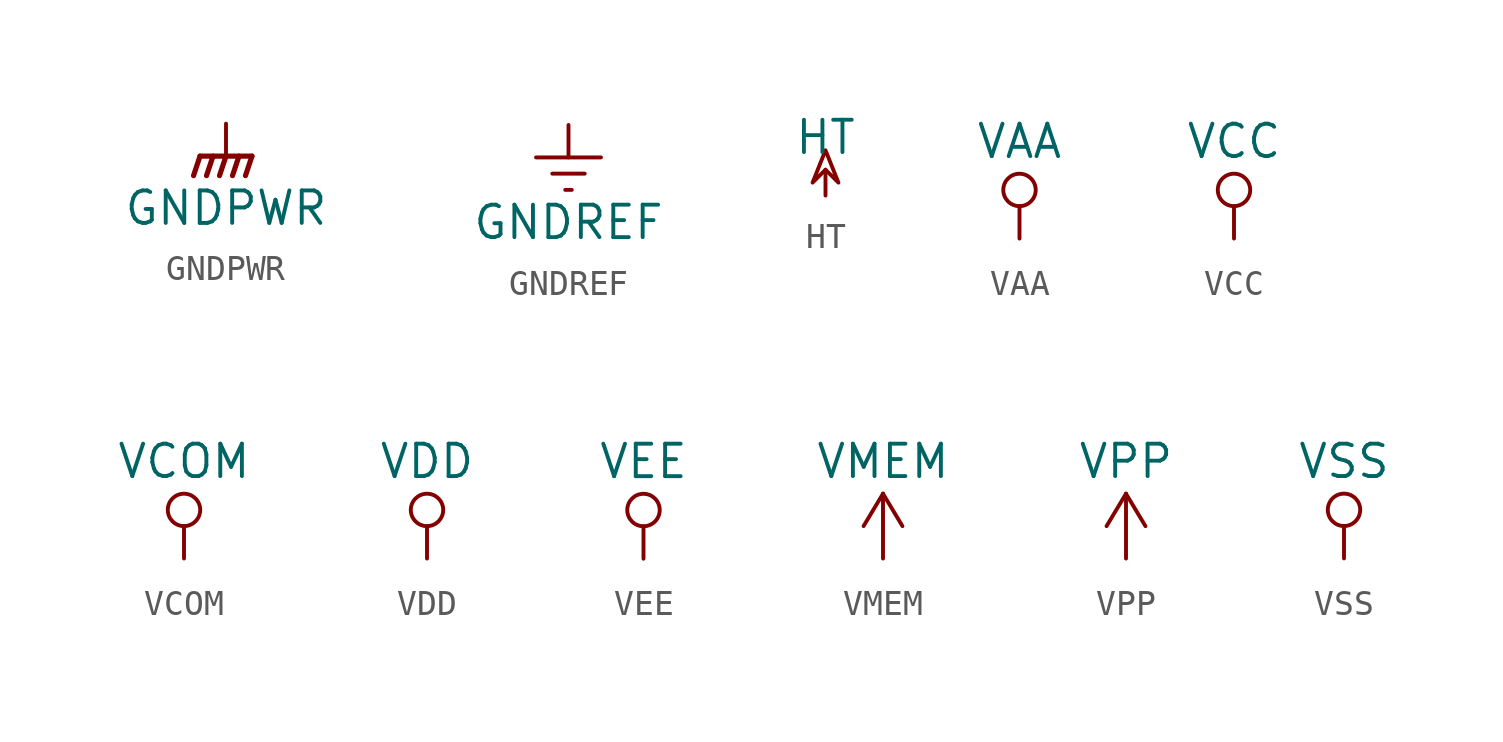
<source format=kicad_sym>
(kicad_symbol_lib
  (version 20211014)
  (generator kicad_symbol_editor)
  (symbol "GNDPWR"
    (power)
    (pin_names
      (offset 0))
    (property "Reference" "#PWR"
      (at 0 -5.08 0)
      (effects (font (size 1.27 1.27)) hide))
    (property "Value" "GNDPWR"
      (at 0 -3.302 0)
      (effects (font (size 1.27 1.27))))
    (property "Footprint" ""
      (at 0 -1.27 0)
      (effects (font (size 1.524 1.524))))
    (property "Datasheet" ""
      (at 0 -1.27 0)
      (effects (font (size 1.524 1.524))))
    (symbol "GNDPWR_0_1"
      (polyline (pts (xy 0 -1.27) (xy 0 0)) (stroke (width 0) (type default) (color 0 0 0 0)) (fill (type none)))
      (polyline (pts (xy -1.016 -1.27) (xy -1.27 -2.032) (xy -1.27 -2.032)) (stroke (width 0.203) (type default) (color 0 0 0 0)) (fill (type none)))
      (polyline (pts (xy -0.508 -1.27) (xy -0.762 -2.032) (xy -0.762 -2.032)) (stroke (width 0.203) (type default) (color 0 0 0 0)) (fill (type none)))
      (polyline (pts (xy 0 -1.27) (xy -0.254 -2.032) (xy -0.254 -2.032)) (stroke (width 0.203) (type default) (color 0 0 0 0)) (fill (type none)))
      (polyline (pts (xy 0.508 -1.27) (xy 0.254 -2.032) (xy 0.254 -2.032)) (stroke (width 0.203) (type default) (color 0 0 0 0)) (fill (type none)))
      (polyline (pts (xy 1.016 -1.27) (xy -1.016 -1.27) (xy -1.016 -1.27)) (stroke (width 0.203) (type default) (color 0 0 0 0)) (fill (type none)))
      (polyline (pts (xy 1.016 -1.27) (xy 0.762 -2.032) (xy 0.762 -2.032) (xy 0.762 -2.032)) (stroke (width 0.203) (type default) (color 0 0 0 0)) (fill (type none))))
    (symbol "GNDPWR_1_1"
      (pin power_in line (at 0 0 90) (length 0) hide (name "GNDPWR" (effects (font (size 1.016 1.016)))) (number "1" (effects (font (size 1.016 1.016)))))))
  (symbol "GNDREF"
    (power)
    (pin_names
      (offset 0))
    (property "Reference" "#PWR"
      (at 0 -6.35 0)
      (effects (font (size 1.27 1.27)) hide))
    (property "Value" "GNDREF"
      (at 0 -3.81 0)
      (effects (font (size 1.27 1.27))))
    (property "Footprint" ""
      (at 0 0 0)
      (effects (font (size 1.524 1.524))))
    (property "Datasheet" ""
      (at 0 0 0)
      (effects (font (size 1.524 1.524))))
    (symbol "GNDREF_0_1"
      (polyline (pts (xy -0.635 -1.905) (xy 0.635 -1.905)) (stroke (width 0) (type default) (color 0 0 0 0)) (fill (type none)))
      (polyline (pts (xy -0.127 -2.54) (xy 0.127 -2.54)) (stroke (width 0) (type default) (color 0 0 0 0)) (fill (type none)))
      (polyline (pts (xy 0 -1.27) (xy 0 0)) (stroke (width 0) (type default) (color 0 0 0 0)) (fill (type none)))
      (polyline (pts (xy 1.27 -1.27) (xy -1.27 -1.27)) (stroke (width 0) (type default) (color 0 0 0 0)) (fill (type none))))
    (symbol "GNDREF_1_1"
      (pin power_in line (at 0 0 270) (length 0) hide (name "GNDREF" (effects (font (size 1.27 1.27)))) (number "1" (effects (font (size 1.27 1.27)))))))
  (symbol "HT"
    (power)
    (pin_names
      (offset 0))
    (property "Reference" "#PWR"
      (at 0 3.048 0)
      (effects (font (size 1.27 1.27)) hide))
    (property "Value" "HT"
      (at 0 2.286 0)
      (effects (font (size 1.27 1.27))))
    (property "Footprint" ""
      (at 0 0 0)
      (effects (font (size 1.524 1.524))))
    (property "Datasheet" ""
      (at 0 0 0)
      (effects (font (size 1.524 1.524))))
    (symbol "HT_0_0"
      (pin power_in line (at 0 0 90) (length 0) hide (name "HT" (effects (font (size 0.508 0.508)))) (number "1" (effects (font (size 0.508 0.508))))))
    (symbol "HT_0_1"
      (polyline (pts (xy 0 0) (xy 0 1.016) (xy 0 1.016)) (stroke (width 0) (type default) (color 0 0 0 0)) (fill (type none)))
      (polyline (pts (xy 0 1.016) (xy 0.508 0.508) (xy 0 1.778) (xy -0.508 0.508) (xy 0 1.016) (xy 0 1.016)) (stroke (width 0) (type default) (color 0 0 0 0)) (fill (type none)))))
  (symbol "VAA"
    (power)
    (pin_names
      (offset 0))
    (property "Reference" "#PWR"
      (at 0 -3.81 0)
      (effects (font (size 1.27 1.27)) hide))
    (property "Value" "VAA"
      (at 0 3.81 0)
      (effects (font (size 1.27 1.27))))
    (property "Footprint" ""
      (at 0 0 0)
      (effects (font (size 1.524 1.524))))
    (property "Datasheet" ""
      (at 0 0 0)
      (effects (font (size 1.524 1.524))))
    (symbol "VAA_0_1"
      (polyline (pts (xy 0 0) (xy 0 1.27)) (stroke (width 0) (type default) (color 0 0 0 0)) (fill (type none)))
      (circle (center 0 1.905) (radius 0.635) (stroke (width 0) (type default) (color 0 0 0 0)) (fill (type none))))
    (symbol "VAA_1_1"
      (pin power_in line (at 0 0 90) (length 0) hide (name "VAA" (effects (font (size 1.27 1.27)))) (number "1" (effects (font (size 1.27 1.27)))))))
  (symbol "VCC"
    (power)
    (pin_names
      (offset 0))
    (property "Reference" "#PWR"
      (at 0 -3.81 0)
      (effects (font (size 1.27 1.27)) hide))
    (property "Value" "VCC"
      (at 0 3.81 0)
      (effects (font (size 1.27 1.27))))
    (property "Footprint" ""
      (at 0 0 0)
      (effects (font (size 1.524 1.524))))
    (property "Datasheet" ""
      (at 0 0 0)
      (effects (font (size 1.524 1.524))))
    (symbol "VCC_0_1"
      (polyline (pts (xy 0 0) (xy 0 1.27)) (stroke (width 0) (type default) (color 0 0 0 0)) (fill (type none)))
      (circle (center 0 1.905) (radius 0.635) (stroke (width 0) (type default) (color 0 0 0 0)) (fill (type none))))
    (symbol "VCC_1_1"
      (pin power_in line (at 0 0 90) (length 0) hide (name "VCC" (effects (font (size 1.27 1.27)))) (number "1" (effects (font (size 1.27 1.27)))))))
  (symbol "VCOM"
    (power)
    (pin_names
      (offset 0))
    (property "Reference" "#PWR"
      (at 0 -3.81 0)
      (effects (font (size 1.27 1.27)) hide))
    (property "Value" "VCOM"
      (at 0 3.81 0)
      (effects (font (size 1.27 1.27))))
    (property "Footprint" ""
      (at 0 0 0)
      (effects (font (size 1.524 1.524))))
    (property "Datasheet" ""
      (at 0 0 0)
      (effects (font (size 1.524 1.524))))
    (symbol "VCOM_0_1"
      (polyline (pts (xy 0 0) (xy 0 1.27)) (stroke (width 0) (type default) (color 0 0 0 0)) (fill (type none)))
      (circle (center 0 1.905) (radius 0.635) (stroke (width 0) (type default) (color 0 0 0 0)) (fill (type none))))
    (symbol "VCOM_1_1"
      (pin power_in line (at 0 0 90) (length 0) hide (name "VCOM" (effects (font (size 1.27 1.27)))) (number "1" (effects (font (size 1.27 1.27)))))))
  (symbol "VDD"
    (power)
    (pin_names
      (offset 0))
    (property "Reference" "#PWR"
      (at 0 -3.81 0)
      (effects (font (size 1.27 1.27)) hide))
    (property "Value" "VDD"
      (at 0 3.81 0)
      (effects (font (size 1.27 1.27))))
    (property "Footprint" ""
      (at 0 0 0)
      (effects (font (size 1.524 1.524))))
    (property "Datasheet" ""
      (at 0 0 0)
      (effects (font (size 1.524 1.524))))
    (symbol "VDD_0_1"
      (polyline (pts (xy 0 0) (xy 0 1.27)) (stroke (width 0) (type default) (color 0 0 0 0)) (fill (type none)))
      (circle (center 0 1.905) (radius 0.635) (stroke (width 0) (type default) (color 0 0 0 0)) (fill (type none))))
    (symbol "VDD_1_1"
      (pin power_in line (at 0 0 90) (length 0) hide (name "VDD" (effects (font (size 1.27 1.27)))) (number "1" (effects (font (size 1.27 1.27)))))))
  (symbol "VEE"
    (power)
    (pin_names
      (offset 0))
    (property "Reference" "#PWR"
      (at 0 -3.81 0)
      (effects (font (size 1.27 1.27)) hide))
    (property "Value" "VEE"
      (at 0 3.81 0)
      (effects (font (size 1.27 1.27))))
    (property "Footprint" ""
      (at 0 0 0)
      (effects (font (size 1.524 1.524))))
    (property "Datasheet" ""
      (at 0 0 0)
      (effects (font (size 1.524 1.524))))
    (symbol "VEE_0_1"
      (polyline (pts (xy 0 0) (xy 0 1.27)) (stroke (width 0) (type default) (color 0 0 0 0)) (fill (type none)))
      (circle (center 0 1.905) (radius 0.635) (stroke (width 0) (type default) (color 0 0 0 0)) (fill (type none))))
    (symbol "VEE_1_1"
      (pin power_in line (at 0 0 90) (length 0) hide (name "VEE" (effects (font (size 1.27 1.27)))) (number "1" (effects (font (size 1.27 1.27)))))))
  (symbol "VMEM"
    (power)
    (pin_names
      (offset 0))
    (property "Reference" "#PWR"
      (at 0 -3.81 0)
      (effects (font (size 1.27 1.27)) hide))
    (property "Value" "VMEM"
      (at 0 3.81 0)
      (effects (font (size 1.27 1.27))))
    (property "Footprint" ""
      (at 0 0 0)
      (effects (font (size 1.524 1.524))))
    (property "Datasheet" ""
      (at 0 0 0)
      (effects (font (size 1.524 1.524))))
    (symbol "VMEM_0_1"
      (polyline (pts (xy -0.762 1.27) (xy 0 2.54)) (stroke (width 0) (type default) (color 0 0 0 0)) (fill (type none)))
      (polyline (pts (xy 0 0) (xy 0 2.54)) (stroke (width 0) (type default) (color 0 0 0 0)) (fill (type none)))
      (polyline (pts (xy 0 2.54) (xy 0.762 1.27)) (stroke (width 0) (type default) (color 0 0 0 0)) (fill (type none))))
    (symbol "VMEM_1_1"
      (pin power_in line (at 0 0 90) (length 0) hide (name "VMEM" (effects (font (size 1.27 1.27)))) (number "1" (effects (font (size 1.27 1.27)))))))
  (symbol "VPP"
    (power)
    (pin_names
      (offset 0))
    (property "Reference" "#PWR"
      (at 0 -3.81 0)
      (effects (font (size 1.27 1.27)) hide))
    (property "Value" "VPP"
      (at 0 3.81 0)
      (effects (font (size 1.27 1.27))))
    (property "Footprint" ""
      (at 0 0 0)
      (effects (font (size 1.524 1.524))))
    (property "Datasheet" ""
      (at 0 0 0)
      (effects (font (size 1.524 1.524))))
    (symbol "VPP_0_1"
      (polyline (pts (xy -0.762 1.27) (xy 0 2.54)) (stroke (width 0) (type default) (color 0 0 0 0)) (fill (type none)))
      (polyline (pts (xy 0 0) (xy 0 2.54)) (stroke (width 0) (type default) (color 0 0 0 0)) (fill (type none)))
      (polyline (pts (xy 0 2.54) (xy 0.762 1.27)) (stroke (width 0) (type default) (color 0 0 0 0)) (fill (type none))))
    (symbol "VPP_1_1"
      (pin power_in line (at 0 0 90) (length 0) hide (name "VPP" (effects (font (size 1.27 1.27)))) (number "1" (effects (font (size 1.27 1.27)))))))
  (symbol "VSS"
    (power)
    (pin_names
      (offset 0))
    (property "Reference" "#PWR"
      (at 0 -3.81 0)
      (effects (font (size 1.27 1.27)) hide))
    (property "Value" "VSS"
      (at 0 3.81 0)
      (effects (font (size 1.27 1.27))))
    (property "Footprint" ""
      (at 0 0 0)
      (effects (font (size 1.524 1.524))))
    (property "Datasheet" ""
      (at 0 0 0)
      (effects (font (size 1.524 1.524))))
    (symbol "VSS_0_1"
      (polyline (pts (xy 0 0) (xy 0 1.27)) (stroke (width 0) (type default) (color 0 0 0 0)) (fill (type none)))
      (circle (center 0 1.905) (radius 0.635) (stroke (width 0) (type default) (color 0 0 0 0)) (fill (type none))))
    (symbol "VSS_1_1"
      (pin power_in line (at 0 0 90) (length 0) hide (name "VSS" (effects (font (size 1.27 1.27)))) (number "1" (effects (font (size 1.27 1.27))))))))
</source>
